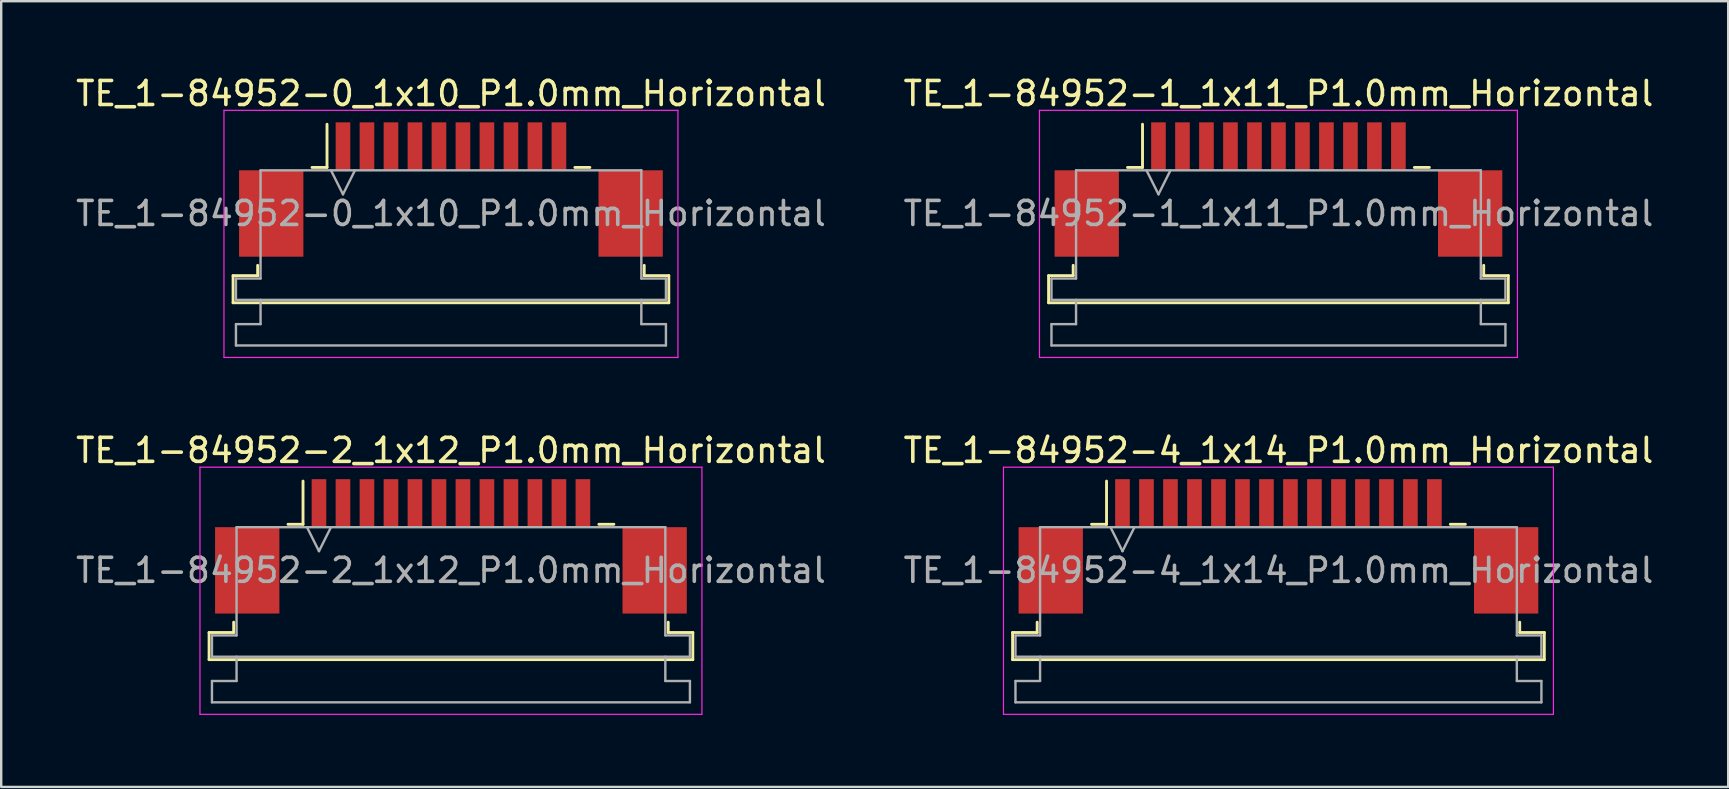
<source format=kicad_pcb>
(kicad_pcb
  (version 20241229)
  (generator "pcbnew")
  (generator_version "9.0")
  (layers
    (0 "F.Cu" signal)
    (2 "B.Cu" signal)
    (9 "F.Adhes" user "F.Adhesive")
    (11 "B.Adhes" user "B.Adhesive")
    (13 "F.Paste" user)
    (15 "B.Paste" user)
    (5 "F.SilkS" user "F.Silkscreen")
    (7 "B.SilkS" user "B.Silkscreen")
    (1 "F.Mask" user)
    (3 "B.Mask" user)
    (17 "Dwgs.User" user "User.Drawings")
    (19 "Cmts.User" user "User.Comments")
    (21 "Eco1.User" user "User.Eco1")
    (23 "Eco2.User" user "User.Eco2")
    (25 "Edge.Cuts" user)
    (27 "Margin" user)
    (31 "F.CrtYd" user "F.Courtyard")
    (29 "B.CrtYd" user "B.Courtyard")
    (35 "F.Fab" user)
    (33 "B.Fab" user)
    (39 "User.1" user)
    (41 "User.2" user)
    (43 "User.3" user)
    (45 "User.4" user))
  (footprint "TE_1-84952-0_1x10_P1.0mm_Horizontal"
    (layer "F.Cu")
    (at 15.744 4.848)
    (property "Reference" "TE_1-84952-0_1x10_P1.0mm_Horizontal" (at 0 -4 0) (layer "F.SilkS") (effects (font (size 1 1) (thickness 0.15))))
    (attr smd)
    (fp_line (start -9.08 3.59) (end -8.055 3.59) (stroke (width 0.12) (type solid)) (layer "F.SilkS"))
    (fp_line (start -9.08 4.72) (end -9.08 3.59) (stroke (width 0.12) (type solid)) (layer "F.SilkS"))
    (fp_line (start -8.055 3.59) (end -8.055 3.16) (stroke (width 0.12) (type solid)) (layer "F.SilkS"))
    (fp_line (start -5.79 -0.92) (end -5.165 -0.92) (stroke (width 0.12) (type solid)) (layer "F.SilkS"))
    (fp_line (start -5.165 -0.92) (end -5.165 -2.72) (stroke (width 0.12) (type solid)) (layer "F.SilkS"))
    (fp_line (start 5.165 -0.92) (end 5.79 -0.92) (stroke (width 0.12) (type solid)) (layer "F.SilkS"))
    (fp_line (start 8.055 3.16) (end 8.055 3.59) (stroke (width 0.12) (type solid)) (layer "F.SilkS"))
    (fp_line (start 8.055 3.59) (end 9.08 3.59) (stroke (width 0.12) (type solid)) (layer "F.SilkS"))
    (fp_line (start 9.08 3.59) (end 9.08 4.72) (stroke (width 0.12) (type solid)) (layer "F.SilkS"))
    (fp_line (start 9.08 4.72) (end -9.08 4.72) (stroke (width 0.12) (type solid)) (layer "F.SilkS"))
    (fp_line (start -9.46 -3.3) (end -9.46 7) (stroke (width 0.05) (type solid)) (layer "F.CrtYd"))
    (fp_line (start -9.46 7) (end 9.46 7) (stroke (width 0.05) (type solid)) (layer "F.CrtYd"))
    (fp_line (start 9.46 -3.3) (end -9.46 -3.3) (stroke (width 0.05) (type solid)) (layer "F.CrtYd"))
    (fp_line (start 9.46 7) (end 9.46 -3.3) (stroke (width 0.05) (type solid)) (layer "F.CrtYd"))
    (fp_line (start -8.96 3.71) (end -7.935 3.71) (stroke (width 0.1) (type solid)) (layer "F.Fab"))
    (fp_line (start -8.96 4.6) (end -8.96 3.71) (stroke (width 0.1) (type solid)) (layer "F.Fab"))
    (fp_line (start -8.96 5.61) (end -7.935 5.61) (stroke (width 0.1) (type solid)) (layer "F.Fab"))
    (fp_line (start -8.96 6.5) (end -8.96 5.61) (stroke (width 0.1) (type solid)) (layer "F.Fab"))
    (fp_line (start -7.935 -0.8) (end 7.935 -0.8) (stroke (width 0.1) (type solid)) (layer "F.Fab"))
    (fp_line (start -7.935 3.71) (end -7.935 -0.8) (stroke (width 0.1) (type solid)) (layer "F.Fab"))
    (fp_line (start -7.935 5.61) (end -7.935 4.6) (stroke (width 0.1) (type solid)) (layer "F.Fab"))
    (fp_line (start -5 -0.8) (end -4.5 0.2) (stroke (width 0.1) (type solid)) (layer "F.Fab"))
    (fp_line (start -4.5 0.2) (end -4 -0.8) (stroke (width 0.1) (type solid)) (layer "F.Fab"))
    (fp_line (start 7.935 -0.8) (end 7.935 3.71) (stroke (width 0.1) (type solid)) (layer "F.Fab"))
    (fp_line (start 7.935 3.71) (end 8.96 3.71) (stroke (width 0.1) (type solid)) (layer "F.Fab"))
    (fp_line (start 7.935 4.6) (end 7.935 5.61) (stroke (width 0.1) (type solid)) (layer "F.Fab"))
    (fp_line (start 7.935 5.61) (end 8.96 5.61) (stroke (width 0.1) (type solid)) (layer "F.Fab"))
    (fp_line (start 8.96 3.71) (end 8.96 4.6) (stroke (width 0.1) (type solid)) (layer "F.Fab"))
    (fp_line (start 8.96 4.6) (end -8.96 4.6) (stroke (width 0.1) (type solid)) (layer "F.Fab"))
    (fp_line (start 8.96 5.61) (end 8.96 6.5) (stroke (width 0.1) (type solid)) (layer "F.Fab"))
    (fp_line (start 8.96 6.5) (end -8.96 6.5) (stroke (width 0.1) (type solid)) (layer "F.Fab"))
    (fp_text user "${REFERENCE}" (at 0 1 0) (layer "F.Fab") (effects (font (size 1 1) (thickness 0.15))))
    (pad "" smd rect (at -7.49 1) (size 2.68 3.6) (layers "F.Cu" "F.Mask" "F.Paste"))
    (pad "" smd rect (at 7.49 1) (size 2.68 3.6) (layers "F.Cu" "F.Mask" "F.Paste"))
    (pad "1" smd rect (at -4.5 -1.8) (size 0.61 2) (layers "F.Cu" "F.Mask" "F.Paste"))
    (pad "2" smd rect (at -3.5 -1.8) (size 0.61 2) (layers "F.Cu" "F.Mask" "F.Paste"))
    (pad "3" smd rect (at -2.5 -1.8) (size 0.61 2) (layers "F.Cu" "F.Mask" "F.Paste"))
    (pad "4" smd rect (at -1.5 -1.8) (size 0.61 2) (layers "F.Cu" "F.Mask" "F.Paste"))
    (pad "5" smd rect (at -0.5 -1.8) (size 0.61 2) (layers "F.Cu" "F.Mask" "F.Paste"))
    (pad "6" smd rect (at 0.5 -1.8) (size 0.61 2) (layers "F.Cu" "F.Mask" "F.Paste"))
    (pad "7" smd rect (at 1.5 -1.8) (size 0.61 2) (layers "F.Cu" "F.Mask" "F.Paste"))
    (pad "8" smd rect (at 2.5 -1.8) (size 0.61 2) (layers "F.Cu" "F.Mask" "F.Paste"))
    (pad "9" smd rect (at 3.5 -1.8) (size 0.61 2) (layers "F.Cu" "F.Mask" "F.Paste"))
    (pad "10" smd rect (at 4.5 -1.8) (size 0.61 2) (layers "F.Cu" "F.Mask" "F.Paste")))
  (footprint "TE_1-84952-2_1x12_P1.0mm_Horizontal"
    (layer "F.Cu")
    (at 15.744 19.721)
    (property "Reference" "TE_1-84952-2_1x12_P1.0mm_Horizontal" (at 0 -4 0) (layer "F.SilkS") (effects (font (size 1 1) (thickness 0.15))))
    (attr smd)
    (fp_line (start -10.08 3.59) (end -9.055 3.59) (stroke (width 0.12) (type solid)) (layer "F.SilkS"))
    (fp_line (start -10.08 4.72) (end -10.08 3.59) (stroke (width 0.12) (type solid)) (layer "F.SilkS"))
    (fp_line (start -9.055 3.59) (end -9.055 3.16) (stroke (width 0.12) (type solid)) (layer "F.SilkS"))
    (fp_line (start -6.79 -0.92) (end -6.165 -0.92) (stroke (width 0.12) (type solid)) (layer "F.SilkS"))
    (fp_line (start -6.165 -0.92) (end -6.165 -2.72) (stroke (width 0.12) (type solid)) (layer "F.SilkS"))
    (fp_line (start 6.165 -0.92) (end 6.79 -0.92) (stroke (width 0.12) (type solid)) (layer "F.SilkS"))
    (fp_line (start 9.055 3.16) (end 9.055 3.59) (stroke (width 0.12) (type solid)) (layer "F.SilkS"))
    (fp_line (start 9.055 3.59) (end 10.08 3.59) (stroke (width 0.12) (type solid)) (layer "F.SilkS"))
    (fp_line (start 10.08 3.59) (end 10.08 4.72) (stroke (width 0.12) (type solid)) (layer "F.SilkS"))
    (fp_line (start 10.08 4.72) (end -10.08 4.72) (stroke (width 0.12) (type solid)) (layer "F.SilkS"))
    (fp_line (start -10.46 -3.3) (end -10.46 7) (stroke (width 0.05) (type solid)) (layer "F.CrtYd"))
    (fp_line (start -10.46 7) (end 10.46 7) (stroke (width 0.05) (type solid)) (layer "F.CrtYd"))
    (fp_line (start 10.46 -3.3) (end -10.46 -3.3) (stroke (width 0.05) (type solid)) (layer "F.CrtYd"))
    (fp_line (start 10.46 7) (end 10.46 -3.3) (stroke (width 0.05) (type solid)) (layer "F.CrtYd"))
    (fp_line (start -9.96 3.71) (end -8.935 3.71) (stroke (width 0.1) (type solid)) (layer "F.Fab"))
    (fp_line (start -9.96 4.6) (end -9.96 3.71) (stroke (width 0.1) (type solid)) (layer "F.Fab"))
    (fp_line (start -9.96 5.61) (end -8.935 5.61) (stroke (width 0.1) (type solid)) (layer "F.Fab"))
    (fp_line (start -9.96 6.5) (end -9.96 5.61) (stroke (width 0.1) (type solid)) (layer "F.Fab"))
    (fp_line (start -8.935 -0.8) (end 8.935 -0.8) (stroke (width 0.1) (type solid)) (layer "F.Fab"))
    (fp_line (start -8.935 3.71) (end -8.935 -0.8) (stroke (width 0.1) (type solid)) (layer "F.Fab"))
    (fp_line (start -8.935 5.61) (end -8.935 4.6) (stroke (width 0.1) (type solid)) (layer "F.Fab"))
    (fp_line (start -6 -0.8) (end -5.5 0.2) (stroke (width 0.1) (type solid)) (layer "F.Fab"))
    (fp_line (start -5.5 0.2) (end -5 -0.8) (stroke (width 0.1) (type solid)) (layer "F.Fab"))
    (fp_line (start 8.935 -0.8) (end 8.935 3.71) (stroke (width 0.1) (type solid)) (layer "F.Fab"))
    (fp_line (start 8.935 3.71) (end 9.96 3.71) (stroke (width 0.1) (type solid)) (layer "F.Fab"))
    (fp_line (start 8.935 4.6) (end 8.935 5.61) (stroke (width 0.1) (type solid)) (layer "F.Fab"))
    (fp_line (start 8.935 5.61) (end 9.96 5.61) (stroke (width 0.1) (type solid)) (layer "F.Fab"))
    (fp_line (start 9.96 3.71) (end 9.96 4.6) (stroke (width 0.1) (type solid)) (layer "F.Fab"))
    (fp_line (start 9.96 4.6) (end -9.96 4.6) (stroke (width 0.1) (type solid)) (layer "F.Fab"))
    (fp_line (start 9.96 5.61) (end 9.96 6.5) (stroke (width 0.1) (type solid)) (layer "F.Fab"))
    (fp_line (start 9.96 6.5) (end -9.96 6.5) (stroke (width 0.1) (type solid)) (layer "F.Fab"))
    (fp_text user "${REFERENCE}" (at 0 1 0) (layer "F.Fab") (effects (font (size 1 1) (thickness 0.15))))
    (pad "" smd rect (at -8.49 1) (size 2.68 3.6) (layers "F.Cu" "F.Mask" "F.Paste"))
    (pad "" smd rect (at 8.49 1) (size 2.68 3.6) (layers "F.Cu" "F.Mask" "F.Paste"))
    (pad "1" smd rect (at -5.5 -1.8) (size 0.61 2) (layers "F.Cu" "F.Mask" "F.Paste"))
    (pad "2" smd rect (at -4.5 -1.8) (size 0.61 2) (layers "F.Cu" "F.Mask" "F.Paste"))
    (pad "3" smd rect (at -3.5 -1.8) (size 0.61 2) (layers "F.Cu" "F.Mask" "F.Paste"))
    (pad "4" smd rect (at -2.5 -1.8) (size 0.61 2) (layers "F.Cu" "F.Mask" "F.Paste"))
    (pad "5" smd rect (at -1.5 -1.8) (size 0.61 2) (layers "F.Cu" "F.Mask" "F.Paste"))
    (pad "6" smd rect (at -0.5 -1.8) (size 0.61 2) (layers "F.Cu" "F.Mask" "F.Paste"))
    (pad "7" smd rect (at 0.5 -1.8) (size 0.61 2) (layers "F.Cu" "F.Mask" "F.Paste"))
    (pad "8" smd rect (at 1.5 -1.8) (size 0.61 2) (layers "F.Cu" "F.Mask" "F.Paste"))
    (pad "9" smd rect (at 2.5 -1.8) (size 0.61 2) (layers "F.Cu" "F.Mask" "F.Paste"))
    (pad "10" smd rect (at 3.5 -1.8) (size 0.61 2) (layers "F.Cu" "F.Mask" "F.Paste"))
    (pad "11" smd rect (at 4.5 -1.8) (size 0.61 2) (layers "F.Cu" "F.Mask" "F.Paste"))
    (pad "12" smd rect (at 5.5 -1.8) (size 0.61 2) (layers "F.Cu" "F.Mask" "F.Paste")))
  (footprint "TE_1-84952-1_1x11_P1.0mm_Horizontal"
    (layer "F.Cu")
    (at 50.232 4.848)
    (property "Reference" "TE_1-84952-1_1x11_P1.0mm_Horizontal" (at 0 -4 0) (layer "F.SilkS") (effects (font (size 1 1) (thickness 0.15))))
    (attr smd)
    (fp_line (start -9.58 3.59) (end -8.555 3.59) (stroke (width 0.12) (type solid)) (layer "F.SilkS"))
    (fp_line (start -9.58 4.72) (end -9.58 3.59) (stroke (width 0.12) (type solid)) (layer "F.SilkS"))
    (fp_line (start -8.555 3.59) (end -8.555 3.16) (stroke (width 0.12) (type solid)) (layer "F.SilkS"))
    (fp_line (start -6.29 -0.92) (end -5.665 -0.92) (stroke (width 0.12) (type solid)) (layer "F.SilkS"))
    (fp_line (start -5.665 -0.92) (end -5.665 -2.72) (stroke (width 0.12) (type solid)) (layer "F.SilkS"))
    (fp_line (start 5.665 -0.92) (end 6.29 -0.92) (stroke (width 0.12) (type solid)) (layer "F.SilkS"))
    (fp_line (start 8.555 3.16) (end 8.555 3.59) (stroke (width 0.12) (type solid)) (layer "F.SilkS"))
    (fp_line (start 8.555 3.59) (end 9.58 3.59) (stroke (width 0.12) (type solid)) (layer "F.SilkS"))
    (fp_line (start 9.58 3.59) (end 9.58 4.72) (stroke (width 0.12) (type solid)) (layer "F.SilkS"))
    (fp_line (start 9.58 4.72) (end -9.58 4.72) (stroke (width 0.12) (type solid)) (layer "F.SilkS"))
    (fp_line (start -9.96 -3.3) (end -9.96 7) (stroke (width 0.05) (type solid)) (layer "F.CrtYd"))
    (fp_line (start -9.96 7) (end 9.96 7) (stroke (width 0.05) (type solid)) (layer "F.CrtYd"))
    (fp_line (start 9.96 -3.3) (end -9.96 -3.3) (stroke (width 0.05) (type solid)) (layer "F.CrtYd"))
    (fp_line (start 9.96 7) (end 9.96 -3.3) (stroke (width 0.05) (type solid)) (layer "F.CrtYd"))
    (fp_line (start -9.46 3.71) (end -8.435 3.71) (stroke (width 0.1) (type solid)) (layer "F.Fab"))
    (fp_line (start -9.46 4.6) (end -9.46 3.71) (stroke (width 0.1) (type solid)) (layer "F.Fab"))
    (fp_line (start -9.46 5.61) (end -8.435 5.61) (stroke (width 0.1) (type solid)) (layer "F.Fab"))
    (fp_line (start -9.46 6.5) (end -9.46 5.61) (stroke (width 0.1) (type solid)) (layer "F.Fab"))
    (fp_line (start -8.435 -0.8) (end 8.435 -0.8) (stroke (width 0.1) (type solid)) (layer "F.Fab"))
    (fp_line (start -8.435 3.71) (end -8.435 -0.8) (stroke (width 0.1) (type solid)) (layer "F.Fab"))
    (fp_line (start -8.435 5.61) (end -8.435 4.6) (stroke (width 0.1) (type solid)) (layer "F.Fab"))
    (fp_line (start -5.5 -0.8) (end -5 0.2) (stroke (width 0.1) (type solid)) (layer "F.Fab"))
    (fp_line (start -5 0.2) (end -4.5 -0.8) (stroke (width 0.1) (type solid)) (layer "F.Fab"))
    (fp_line (start 8.435 -0.8) (end 8.435 3.71) (stroke (width 0.1) (type solid)) (layer "F.Fab"))
    (fp_line (start 8.435 3.71) (end 9.46 3.71) (stroke (width 0.1) (type solid)) (layer "F.Fab"))
    (fp_line (start 8.435 4.6) (end 8.435 5.61) (stroke (width 0.1) (type solid)) (layer "F.Fab"))
    (fp_line (start 8.435 5.61) (end 9.46 5.61) (stroke (width 0.1) (type solid)) (layer "F.Fab"))
    (fp_line (start 9.46 3.71) (end 9.46 4.6) (stroke (width 0.1) (type solid)) (layer "F.Fab"))
    (fp_line (start 9.46 4.6) (end -9.46 4.6) (stroke (width 0.1) (type solid)) (layer "F.Fab"))
    (fp_line (start 9.46 5.61) (end 9.46 6.5) (stroke (width 0.1) (type solid)) (layer "F.Fab"))
    (fp_line (start 9.46 6.5) (end -9.46 6.5) (stroke (width 0.1) (type solid)) (layer "F.Fab"))
    (fp_text user "${REFERENCE}" (at 0 1 0) (layer "F.Fab") (effects (font (size 1 1) (thickness 0.15))))
    (pad "" smd rect (at -7.99 1) (size 2.68 3.6) (layers "F.Cu" "F.Mask" "F.Paste"))
    (pad "" smd rect (at 7.99 1) (size 2.68 3.6) (layers "F.Cu" "F.Mask" "F.Paste"))
    (pad "1" smd rect (at -5 -1.8) (size 0.61 2) (layers "F.Cu" "F.Mask" "F.Paste"))
    (pad "2" smd rect (at -4 -1.8) (size 0.61 2) (layers "F.Cu" "F.Mask" "F.Paste"))
    (pad "3" smd rect (at -3 -1.8) (size 0.61 2) (layers "F.Cu" "F.Mask" "F.Paste"))
    (pad "4" smd rect (at -2 -1.8) (size 0.61 2) (layers "F.Cu" "F.Mask" "F.Paste"))
    (pad "5" smd rect (at -1 -1.8) (size 0.61 2) (layers "F.Cu" "F.Mask" "F.Paste"))
    (pad "6" smd rect (at 0 -1.8) (size 0.61 2) (layers "F.Cu" "F.Mask" "F.Paste"))
    (pad "7" smd rect (at 1 -1.8) (size 0.61 2) (layers "F.Cu" "F.Mask" "F.Paste"))
    (pad "8" smd rect (at 2 -1.8) (size 0.61 2) (layers "F.Cu" "F.Mask" "F.Paste"))
    (pad "9" smd rect (at 3 -1.8) (size 0.61 2) (layers "F.Cu" "F.Mask" "F.Paste"))
    (pad "10" smd rect (at 4 -1.8) (size 0.61 2) (layers "F.Cu" "F.Mask" "F.Paste"))
    (pad "11" smd rect (at 5 -1.8) (size 0.61 2) (layers "F.Cu" "F.Mask" "F.Paste")))
  (footprint "TE_1-84952-4_1x14_P1.0mm_Horizontal"
    (layer "F.Cu")
    (at 50.232 19.721)
    (property "Reference" "TE_1-84952-4_1x14_P1.0mm_Horizontal" (at 0 -4 0) (layer "F.SilkS") (effects (font (size 1 1) (thickness 0.15))))
    (attr smd)
    (fp_line (start -11.08 3.59) (end -10.055 3.59) (stroke (width 0.12) (type solid)) (layer "F.SilkS"))
    (fp_line (start -11.08 4.72) (end -11.08 3.59) (stroke (width 0.12) (type solid)) (layer "F.SilkS"))
    (fp_line (start -10.055 3.59) (end -10.055 3.16) (stroke (width 0.12) (type solid)) (layer "F.SilkS"))
    (fp_line (start -7.79 -0.92) (end -7.165 -0.92) (stroke (width 0.12) (type solid)) (layer "F.SilkS"))
    (fp_line (start -7.165 -0.92) (end -7.165 -2.72) (stroke (width 0.12) (type solid)) (layer "F.SilkS"))
    (fp_line (start 7.165 -0.92) (end 7.79 -0.92) (stroke (width 0.12) (type solid)) (layer "F.SilkS"))
    (fp_line (start 10.055 3.16) (end 10.055 3.59) (stroke (width 0.12) (type solid)) (layer "F.SilkS"))
    (fp_line (start 10.055 3.59) (end 11.08 3.59) (stroke (width 0.12) (type solid)) (layer "F.SilkS"))
    (fp_line (start 11.08 3.59) (end 11.08 4.72) (stroke (width 0.12) (type solid)) (layer "F.SilkS"))
    (fp_line (start 11.08 4.72) (end -11.08 4.72) (stroke (width 0.12) (type solid)) (layer "F.SilkS"))
    (fp_line (start -11.46 -3.3) (end -11.46 7) (stroke (width 0.05) (type solid)) (layer "F.CrtYd"))
    (fp_line (start -11.46 7) (end 11.46 7) (stroke (width 0.05) (type solid)) (layer "F.CrtYd"))
    (fp_line (start 11.46 -3.3) (end -11.46 -3.3) (stroke (width 0.05) (type solid)) (layer "F.CrtYd"))
    (fp_line (start 11.46 7) (end 11.46 -3.3) (stroke (width 0.05) (type solid)) (layer "F.CrtYd"))
    (fp_line (start -10.96 3.71) (end -9.935 3.71) (stroke (width 0.1) (type solid)) (layer "F.Fab"))
    (fp_line (start -10.96 4.6) (end -10.96 3.71) (stroke (width 0.1) (type solid)) (layer "F.Fab"))
    (fp_line (start -10.96 5.61) (end -9.935 5.61) (stroke (width 0.1) (type solid)) (layer "F.Fab"))
    (fp_line (start -10.96 6.5) (end -10.96 5.61) (stroke (width 0.1) (type solid)) (layer "F.Fab"))
    (fp_line (start -9.935 -0.8) (end 9.935 -0.8) (stroke (width 0.1) (type solid)) (layer "F.Fab"))
    (fp_line (start -9.935 3.71) (end -9.935 -0.8) (stroke (width 0.1) (type solid)) (layer "F.Fab"))
    (fp_line (start -9.935 5.61) (end -9.935 4.6) (stroke (width 0.1) (type solid)) (layer "F.Fab"))
    (fp_line (start -7 -0.8) (end -6.5 0.2) (stroke (width 0.1) (type solid)) (layer "F.Fab"))
    (fp_line (start -6.5 0.2) (end -6 -0.8) (stroke (width 0.1) (type solid)) (layer "F.Fab"))
    (fp_line (start 9.935 -0.8) (end 9.935 3.71) (stroke (width 0.1) (type solid)) (layer "F.Fab"))
    (fp_line (start 9.935 3.71) (end 10.96 3.71) (stroke (width 0.1) (type solid)) (layer "F.Fab"))
    (fp_line (start 9.935 4.6) (end 9.935 5.61) (stroke (width 0.1) (type solid)) (layer "F.Fab"))
    (fp_line (start 9.935 5.61) (end 10.96 5.61) (stroke (width 0.1) (type solid)) (layer "F.Fab"))
    (fp_line (start 10.96 3.71) (end 10.96 4.6) (stroke (width 0.1) (type solid)) (layer "F.Fab"))
    (fp_line (start 10.96 4.6) (end -10.96 4.6) (stroke (width 0.1) (type solid)) (layer "F.Fab"))
    (fp_line (start 10.96 5.61) (end 10.96 6.5) (stroke (width 0.1) (type solid)) (layer "F.Fab"))
    (fp_line (start 10.96 6.5) (end -10.96 6.5) (stroke (width 0.1) (type solid)) (layer "F.Fab"))
    (fp_text user "${REFERENCE}" (at 0 1 0) (layer "F.Fab") (effects (font (size 1 1) (thickness 0.15))))
    (pad "" smd rect (at -9.49 1) (size 2.68 3.6) (layers "F.Cu" "F.Mask" "F.Paste"))
    (pad "" smd rect (at 9.49 1) (size 2.68 3.6) (layers "F.Cu" "F.Mask" "F.Paste"))
    (pad "1" smd rect (at -6.5 -1.8) (size 0.61 2) (layers "F.Cu" "F.Mask" "F.Paste"))
    (pad "2" smd rect (at -5.5 -1.8) (size 0.61 2) (layers "F.Cu" "F.Mask" "F.Paste"))
    (pad "3" smd rect (at -4.5 -1.8) (size 0.61 2) (layers "F.Cu" "F.Mask" "F.Paste"))
    (pad "4" smd rect (at -3.5 -1.8) (size 0.61 2) (layers "F.Cu" "F.Mask" "F.Paste"))
    (pad "5" smd rect (at -2.5 -1.8) (size 0.61 2) (layers "F.Cu" "F.Mask" "F.Paste"))
    (pad "6" smd rect (at -1.5 -1.8) (size 0.61 2) (layers "F.Cu" "F.Mask" "F.Paste"))
    (pad "7" smd rect (at -0.5 -1.8) (size 0.61 2) (layers "F.Cu" "F.Mask" "F.Paste"))
    (pad "8" smd rect (at 0.5 -1.8) (size 0.61 2) (layers "F.Cu" "F.Mask" "F.Paste"))
    (pad "9" smd rect (at 1.5 -1.8) (size 0.61 2) (layers "F.Cu" "F.Mask" "F.Paste"))
    (pad "10" smd rect (at 2.5 -1.8) (size 0.61 2) (layers "F.Cu" "F.Mask" "F.Paste"))
    (pad "11" smd rect (at 3.5 -1.8) (size 0.61 2) (layers "F.Cu" "F.Mask" "F.Paste"))
    (pad "12" smd rect (at 4.5 -1.8) (size 0.61 2) (layers "F.Cu" "F.Mask" "F.Paste"))
    (pad "13" smd rect (at 5.5 -1.8) (size 0.61 2) (layers "F.Cu" "F.Mask" "F.Paste"))
    (pad "14" smd rect (at 6.5 -1.8) (size 0.61 2) (layers "F.Cu" "F.Mask" "F.Paste")))
  (gr_rect
    (start -3 -3)
    (end 68.976 29.747)
    (stroke (width 0.1) (type default))
    (fill no)
    (layer "Edge.Cuts")))
</source>
